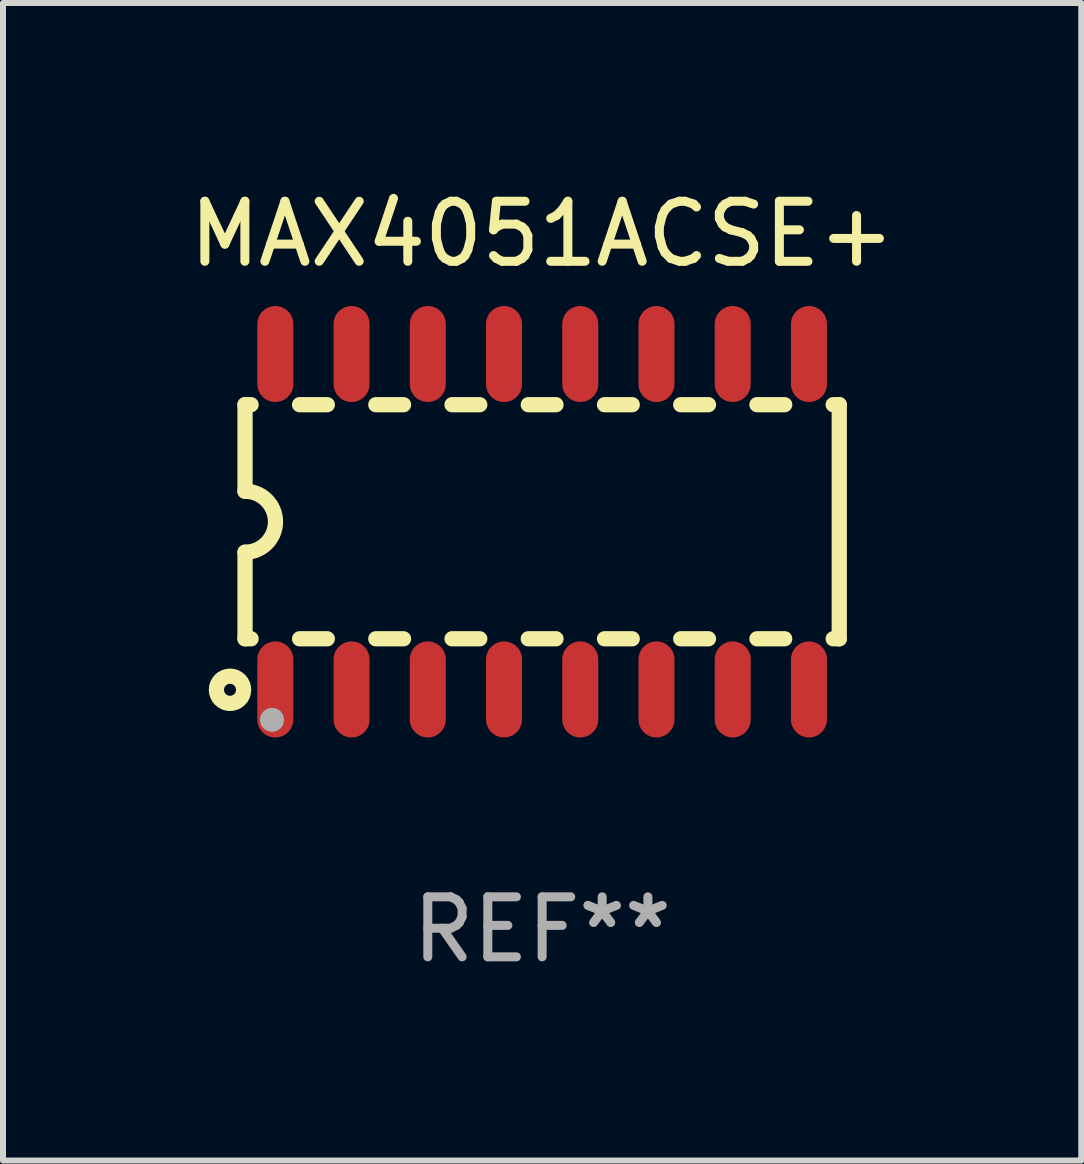
<source format=kicad_pcb>
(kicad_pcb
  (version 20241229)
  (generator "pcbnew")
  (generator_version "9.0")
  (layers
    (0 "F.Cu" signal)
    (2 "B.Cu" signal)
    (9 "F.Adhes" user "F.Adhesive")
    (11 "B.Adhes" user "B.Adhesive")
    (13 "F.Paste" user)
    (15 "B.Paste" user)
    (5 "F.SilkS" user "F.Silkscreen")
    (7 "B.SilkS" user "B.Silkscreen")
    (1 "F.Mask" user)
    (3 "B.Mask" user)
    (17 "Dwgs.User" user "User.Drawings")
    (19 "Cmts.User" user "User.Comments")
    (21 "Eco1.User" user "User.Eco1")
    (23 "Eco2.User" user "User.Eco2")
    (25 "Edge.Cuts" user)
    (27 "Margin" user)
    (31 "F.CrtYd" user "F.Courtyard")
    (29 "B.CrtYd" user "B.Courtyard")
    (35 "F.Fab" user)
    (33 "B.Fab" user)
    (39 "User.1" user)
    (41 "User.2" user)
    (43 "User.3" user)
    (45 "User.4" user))
  (footprint "MAX4051ACSE+"
    (layer "F.Cu")
    (at 5.982 5.642)
    (property "Reference" "MAX4051ACSE+" (at 0 -4.794 0) (layer "F.SilkS") (effects (font (size 1 1) (thickness 0.15))))
    (attr through_hole)
    (fp_line (start -4.95 -1.95) (end -4.95 -0.508) (stroke (width 0.254) (type solid)) (layer "F.SilkS"))
    (fp_line (start -4.95 -1.95) (end -4.849 -1.95) (stroke (width 0.254) (type solid)) (layer "F.SilkS"))
    (fp_line (start -4.95 1.95) (end -4.95 0.508) (stroke (width 0.254) (type solid)) (layer "F.SilkS"))
    (fp_line (start -4.95 1.95) (end -4.849 1.95) (stroke (width 0.254) (type solid)) (layer "F.SilkS"))
    (fp_line (start -4.041 -1.95) (end -3.579 -1.95) (stroke (width 0.254) (type solid)) (layer "F.SilkS"))
    (fp_line (start -4.041 1.95) (end -3.579 1.95) (stroke (width 0.254) (type solid)) (layer "F.SilkS"))
    (fp_line (start -2.771 -1.95) (end -2.309 -1.95) (stroke (width 0.254) (type solid)) (layer "F.SilkS"))
    (fp_line (start -2.771 1.95) (end -2.309 1.95) (stroke (width 0.254) (type solid)) (layer "F.SilkS"))
    (fp_line (start -1.501 -1.95) (end -1.039 -1.95) (stroke (width 0.254) (type solid)) (layer "F.SilkS"))
    (fp_line (start -1.501 1.95) (end -1.039 1.95) (stroke (width 0.254) (type solid)) (layer "F.SilkS"))
    (fp_line (start -0.231 -1.95) (end 0.231 -1.95) (stroke (width 0.254) (type solid)) (layer "F.SilkS"))
    (fp_line (start -0.231 1.95) (end 0.231 1.95) (stroke (width 0.254) (type solid)) (layer "F.SilkS"))
    (fp_line (start 1.039 -1.95) (end 1.501 -1.95) (stroke (width 0.254) (type solid)) (layer "F.SilkS"))
    (fp_line (start 1.039 1.95) (end 1.501 1.95) (stroke (width 0.254) (type solid)) (layer "F.SilkS"))
    (fp_line (start 2.309 -1.95) (end 2.771 -1.95) (stroke (width 0.254) (type solid)) (layer "F.SilkS"))
    (fp_line (start 2.309 1.95) (end 2.771 1.95) (stroke (width 0.254) (type solid)) (layer "F.SilkS"))
    (fp_line (start 3.579 -1.95) (end 4.041 -1.95) (stroke (width 0.254) (type solid)) (layer "F.SilkS"))
    (fp_line (start 3.579 1.95) (end 4.041 1.95) (stroke (width 0.254) (type solid)) (layer "F.SilkS"))
    (fp_line (start 4.849 -1.95) (end 4.95 -1.95) (stroke (width 0.254) (type solid)) (layer "F.SilkS"))
    (fp_line (start 4.849 1.95) (end 4.95 1.95) (stroke (width 0.254) (type solid)) (layer "F.SilkS"))
    (fp_line (start 4.95 -1.95) (end 4.95 1.95) (stroke (width 0.254) (type solid)) (layer "F.SilkS"))
    (fp_arc (start -4.95047 -0.508001) (mid -4.442469 -0.000228) (end -4.950013 0.508001) (stroke (width 0.254001) (type solid)) (layer "F.SilkS"))
    (fp_circle (center -5.2 2.8) (end -5.1 2.8) (stroke (width 0.254) (type solid)) (fill no) (layer "F.SilkS"))
    (fp_circle (center -4.95 2.947) (end -4.92 2.947) (stroke (width 0.06) (type solid)) (fill no) (layer "F.SilkS"))
    (fp_circle (center -4.5 3.3) (end -4.4 3.3) (stroke (width 0.2) (type solid)) (fill no) (layer "F.Fab"))
    (fp_text user "REF**" (at 0 6.794 0) (layer "F.Fab") (effects (font (size 1 1) (thickness 0.15))))
    (pad "1" smd oval (at -4.445 2.794) (size 0.6 1.6) (layers "F.Cu" "F.Mask" "F.Paste"))
    (pad "2" smd oval (at -3.175 2.794) (size 0.6 1.6) (layers "F.Cu" "F.Mask" "F.Paste"))
    (pad "3" smd oval (at -1.905 2.794) (size 0.6 1.6) (layers "F.Cu" "F.Mask" "F.Paste"))
    (pad "4" smd oval (at -0.635 2.794) (size 0.6 1.6) (layers "F.Cu" "F.Mask" "F.Paste"))
    (pad "5" smd oval (at 0.635 2.794) (size 0.6 1.6) (layers "F.Cu" "F.Mask" "F.Paste"))
    (pad "6" smd oval (at 1.905 2.794) (size 0.6 1.6) (layers "F.Cu" "F.Mask" "F.Paste"))
    (pad "7" smd oval (at 3.175 2.794) (size 0.6 1.6) (layers "F.Cu" "F.Mask" "F.Paste"))
    (pad "8" smd oval (at 4.445 2.794) (size 0.6 1.6) (layers "F.Cu" "F.Mask" "F.Paste"))
    (pad "9" smd oval (at 4.445 -2.794) (size 0.6 1.6) (layers "F.Cu" "F.Mask" "F.Paste"))
    (pad "10" smd oval (at 3.175 -2.794) (size 0.6 1.6) (layers "F.Cu" "F.Mask" "F.Paste"))
    (pad "11" smd oval (at 1.905 -2.794) (size 0.6 1.6) (layers "F.Cu" "F.Mask" "F.Paste"))
    (pad "12" smd oval (at 0.635 -2.794) (size 0.6 1.6) (layers "F.Cu" "F.Mask" "F.Paste"))
    (pad "13" smd oval (at -0.635 -2.794) (size 0.6 1.6) (layers "F.Cu" "F.Mask" "F.Paste"))
    (pad "14" smd oval (at -1.905 -2.794) (size 0.6 1.6) (layers "F.Cu" "F.Mask" "F.Paste"))
    (pad "15" smd oval (at -3.175 -2.794) (size 0.6 1.6) (layers "F.Cu" "F.Mask" "F.Paste"))
    (pad "16" smd oval (at -4.445 -2.794) (size 0.6 1.6) (layers "F.Cu" "F.Mask" "F.Paste")))
  (gr_rect
    (start -3 -3)
    (end 14.964 16.285)
    (stroke (width 0.1) (type default))
    (fill no)
    (layer "Edge.Cuts")))
</source>
